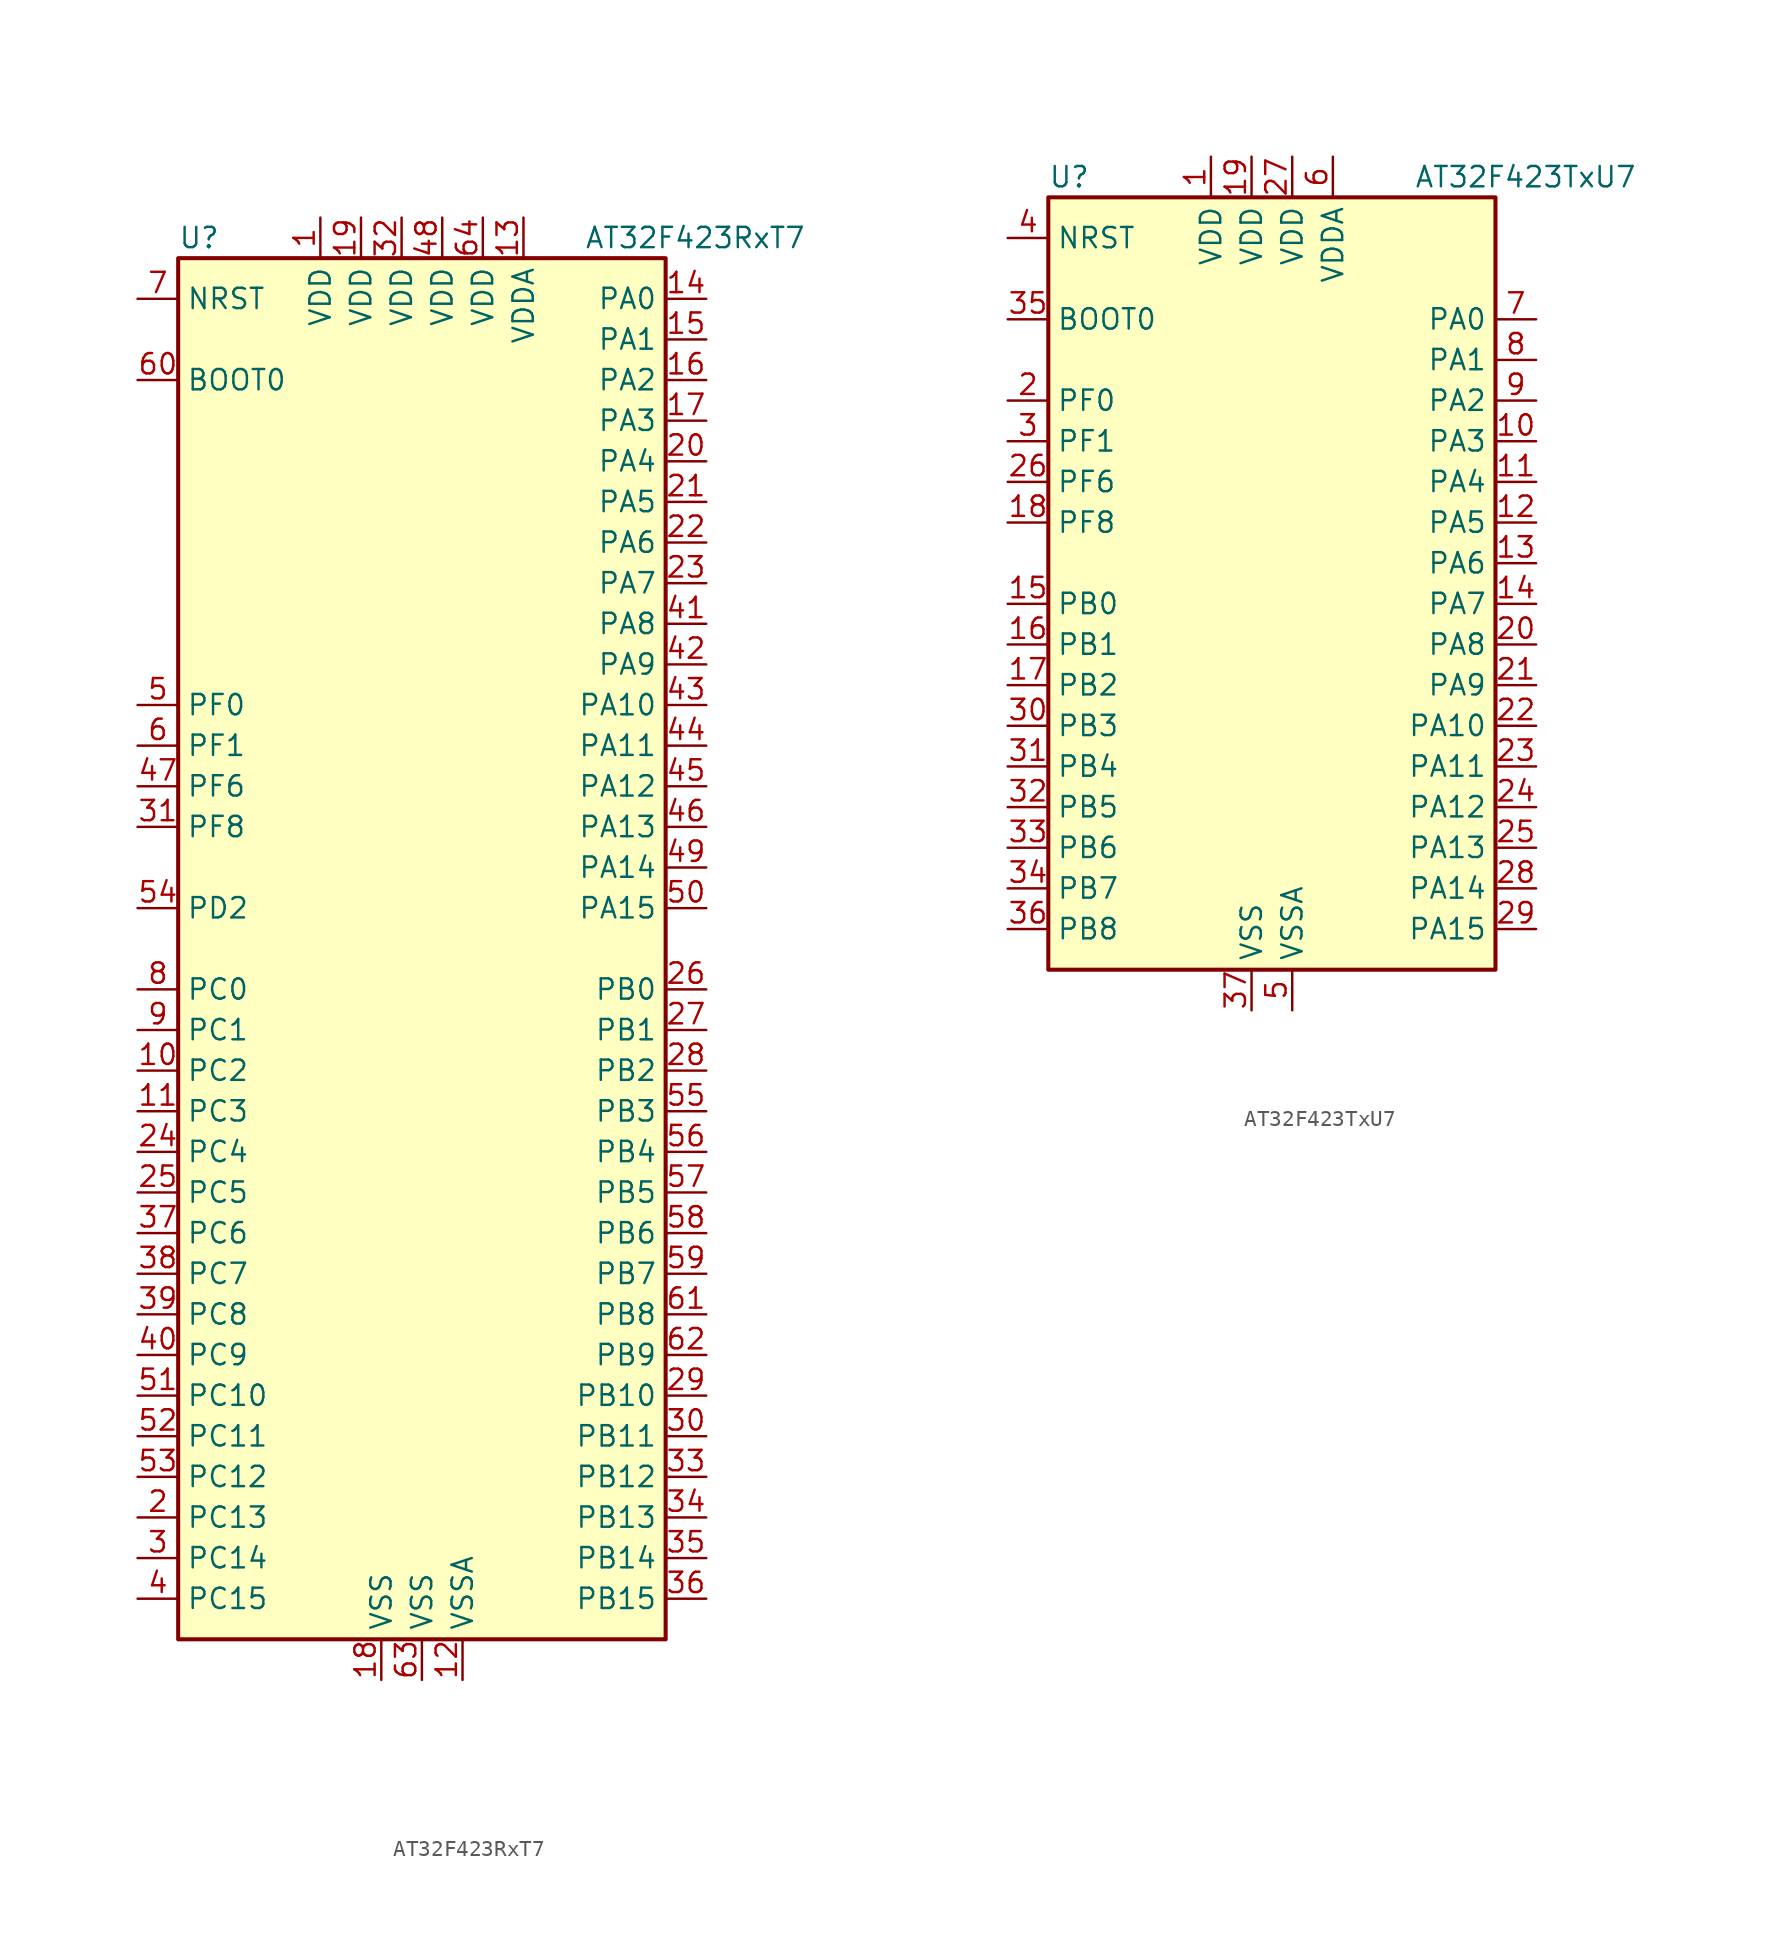
<source format=kicad_sym>
(kicad_symbol_lib
  (version 20220331)
  (generator kicad_symbol_editor)
  (symbol "AT32F423RxT7"
    (property "Reference" "U"
      (at -15.24 44.45 0)
      (effects (font (size 1.27 1.27)) (justify left)))
    (property "Value" "AT32F423RxT7"
      (at 10.16 44.45 0)
      (effects (font (size 1.27 1.27)) (justify left)))
    (symbol "AT32F423RxT7_0_1"
      (rectangle (start -15.24 -43.18) (end 15.24 43.18) (stroke (width 0.254) (type default)) (fill (type background))))
    (symbol "AT32F423RxT7_1_1"
      (pin power_in line (at -6.35 45.72 270) (length 2.54) (name "VDD" (effects (font (size 1.27 1.27)))) (number "1" (effects (font (size 1.27 1.27)))))
      (pin bidirectional line (at -17.78 -7.62 0) (length 2.54) (name "PC2" (effects (font (size 1.27 1.27)))) (number "10" (effects (font (size 1.27 1.27)))))
      (pin bidirectional line (at -17.78 -10.16 0) (length 2.54) (name "PC3" (effects (font (size 1.27 1.27)))) (number "11" (effects (font (size 1.27 1.27)))))
      (pin power_in line (at 2.54 -45.72 90) (length 2.54) (name "VSSA" (effects (font (size 1.27 1.27)))) (number "12" (effects (font (size 1.27 1.27)))))
      (pin power_in line (at 6.35 45.72 270) (length 2.54) (name "VDDA" (effects (font (size 1.27 1.27)))) (number "13" (effects (font (size 1.27 1.27)))))
      (pin bidirectional line (at 17.78 40.64 180) (length 2.54) (name "PA0" (effects (font (size 1.27 1.27)))) (number "14" (effects (font (size 1.27 1.27)))))
      (pin bidirectional line (at 17.78 38.1 180) (length 2.54) (name "PA1" (effects (font (size 1.27 1.27)))) (number "15" (effects (font (size 1.27 1.27)))))
      (pin bidirectional line (at 17.78 35.56 180) (length 2.54) (name "PA2" (effects (font (size 1.27 1.27)))) (number "16" (effects (font (size 1.27 1.27)))))
      (pin bidirectional line (at 17.78 33.02 180) (length 2.54) (name "PA3" (effects (font (size 1.27 1.27)))) (number "17" (effects (font (size 1.27 1.27)))))
      (pin power_in line (at -2.54 -45.72 90) (length 2.54) (name "VSS" (effects (font (size 1.27 1.27)))) (number "18" (effects (font (size 1.27 1.27)))))
      (pin power_in line (at -3.81 45.72 270) (length 2.54) (name "VDD" (effects (font (size 1.27 1.27)))) (number "19" (effects (font (size 1.27 1.27)))))
      (pin bidirectional line (at -17.78 -35.56 0) (length 2.54) (name "PC13" (effects (font (size 1.27 1.27)))) (number "2" (effects (font (size 1.27 1.27)))))
      (pin bidirectional line (at 17.78 30.48 180) (length 2.54) (name "PA4" (effects (font (size 1.27 1.27)))) (number "20" (effects (font (size 1.27 1.27)))))
      (pin bidirectional line (at 17.78 27.94 180) (length 2.54) (name "PA5" (effects (font (size 1.27 1.27)))) (number "21" (effects (font (size 1.27 1.27)))))
      (pin bidirectional line (at 17.78 25.4 180) (length 2.54) (name "PA6" (effects (font (size 1.27 1.27)))) (number "22" (effects (font (size 1.27 1.27)))))
      (pin bidirectional line (at 17.78 22.86 180) (length 2.54) (name "PA7" (effects (font (size 1.27 1.27)))) (number "23" (effects (font (size 1.27 1.27)))))
      (pin bidirectional line (at -17.78 -12.7 0) (length 2.54) (name "PC4" (effects (font (size 1.27 1.27)))) (number "24" (effects (font (size 1.27 1.27)))))
      (pin bidirectional line (at -17.78 -15.24 0) (length 2.54) (name "PC5" (effects (font (size 1.27 1.27)))) (number "25" (effects (font (size 1.27 1.27)))))
      (pin bidirectional line (at 17.78 -2.54 180) (length 2.54) (name "PB0" (effects (font (size 1.27 1.27)))) (number "26" (effects (font (size 1.27 1.27)))))
      (pin bidirectional line (at 17.78 -5.08 180) (length 2.54) (name "PB1" (effects (font (size 1.27 1.27)))) (number "27" (effects (font (size 1.27 1.27)))))
      (pin bidirectional line (at 17.78 -7.62 180) (length 2.54) (name "PB2" (effects (font (size 1.27 1.27)))) (number "28" (effects (font (size 1.27 1.27)))))
      (pin bidirectional line (at 17.78 -27.94 180) (length 2.54) (name "PB10" (effects (font (size 1.27 1.27)))) (number "29" (effects (font (size 1.27 1.27)))))
      (pin bidirectional line (at -17.78 -38.1 0) (length 2.54) (name "PC14" (effects (font (size 1.27 1.27)))) (number "3" (effects (font (size 1.27 1.27)))))
      (pin bidirectional line (at 17.78 -30.48 180) (length 2.54) (name "PB11" (effects (font (size 1.27 1.27)))) (number "30" (effects (font (size 1.27 1.27)))))
      (pin bidirectional line (at -17.78 7.62 0) (length 2.54) (name "PF8" (effects (font (size 1.27 1.27)))) (number "31" (effects (font (size 1.27 1.27)))))
      (pin power_in line (at -1.27 45.72 270) (length 2.54) (name "VDD" (effects (font (size 1.27 1.27)))) (number "32" (effects (font (size 1.27 1.27)))))
      (pin bidirectional line (at 17.78 -33.02 180) (length 2.54) (name "PB12" (effects (font (size 1.27 1.27)))) (number "33" (effects (font (size 1.27 1.27)))))
      (pin bidirectional line (at 17.78 -35.56 180) (length 2.54) (name "PB13" (effects (font (size 1.27 1.27)))) (number "34" (effects (font (size 1.27 1.27)))))
      (pin bidirectional line (at 17.78 -38.1 180) (length 2.54) (name "PB14" (effects (font (size 1.27 1.27)))) (number "35" (effects (font (size 1.27 1.27)))))
      (pin bidirectional line (at 17.78 -40.64 180) (length 2.54) (name "PB15" (effects (font (size 1.27 1.27)))) (number "36" (effects (font (size 1.27 1.27)))))
      (pin bidirectional line (at -17.78 -17.78 0) (length 2.54) (name "PC6" (effects (font (size 1.27 1.27)))) (number "37" (effects (font (size 1.27 1.27)))))
      (pin bidirectional line (at -17.78 -20.32 0) (length 2.54) (name "PC7" (effects (font (size 1.27 1.27)))) (number "38" (effects (font (size 1.27 1.27)))))
      (pin bidirectional line (at -17.78 -22.86 0) (length 2.54) (name "PC8" (effects (font (size 1.27 1.27)))) (number "39" (effects (font (size 1.27 1.27)))))
      (pin bidirectional line (at -17.78 -40.64 0) (length 2.54) (name "PC15" (effects (font (size 1.27 1.27)))) (number "4" (effects (font (size 1.27 1.27)))))
      (pin bidirectional line (at -17.78 -25.4 0) (length 2.54) (name "PC9" (effects (font (size 1.27 1.27)))) (number "40" (effects (font (size 1.27 1.27)))))
      (pin bidirectional line (at 17.78 20.32 180) (length 2.54) (name "PA8" (effects (font (size 1.27 1.27)))) (number "41" (effects (font (size 1.27 1.27)))))
      (pin bidirectional line (at 17.78 17.78 180) (length 2.54) (name "PA9" (effects (font (size 1.27 1.27)))) (number "42" (effects (font (size 1.27 1.27)))))
      (pin bidirectional line (at 17.78 15.24 180) (length 2.54) (name "PA10" (effects (font (size 1.27 1.27)))) (number "43" (effects (font (size 1.27 1.27)))))
      (pin bidirectional line (at 17.78 12.7 180) (length 2.54) (name "PA11" (effects (font (size 1.27 1.27)))) (number "44" (effects (font (size 1.27 1.27)))))
      (pin bidirectional line (at 17.78 10.16 180) (length 2.54) (name "PA12" (effects (font (size 1.27 1.27)))) (number "45" (effects (font (size 1.27 1.27)))))
      (pin bidirectional line (at 17.78 7.62 180) (length 2.54) (name "PA13" (effects (font (size 1.27 1.27)))) (number "46" (effects (font (size 1.27 1.27)))))
      (pin bidirectional line (at -17.78 10.16 0) (length 2.54) (name "PF6" (effects (font (size 1.27 1.27)))) (number "47" (effects (font (size 1.27 1.27)))))
      (pin power_in line (at 1.27 45.72 270) (length 2.54) (name "VDD" (effects (font (size 1.27 1.27)))) (number "48" (effects (font (size 1.27 1.27)))))
      (pin bidirectional line (at 17.78 5.08 180) (length 2.54) (name "PA14" (effects (font (size 1.27 1.27)))) (number "49" (effects (font (size 1.27 1.27)))))
      (pin input line (at -17.78 15.24 0) (length 2.54) (name "PF0" (effects (font (size 1.27 1.27)))) (number "5" (effects (font (size 1.27 1.27)))))
      (pin bidirectional line (at 17.78 2.54 180) (length 2.54) (name "PA15" (effects (font (size 1.27 1.27)))) (number "50" (effects (font (size 1.27 1.27)))))
      (pin bidirectional line (at -17.78 -27.94 0) (length 2.54) (name "PC10" (effects (font (size 1.27 1.27)))) (number "51" (effects (font (size 1.27 1.27)))))
      (pin bidirectional line (at -17.78 -30.48 0) (length 2.54) (name "PC11" (effects (font (size 1.27 1.27)))) (number "52" (effects (font (size 1.27 1.27)))))
      (pin bidirectional line (at -17.78 -33.02 0) (length 2.54) (name "PC12" (effects (font (size 1.27 1.27)))) (number "53" (effects (font (size 1.27 1.27)))))
      (pin bidirectional line (at -17.78 2.54 0) (length 2.54) (name "PD2" (effects (font (size 1.27 1.27)))) (number "54" (effects (font (size 1.27 1.27)))))
      (pin bidirectional line (at 17.78 -10.16 180) (length 2.54) (name "PB3" (effects (font (size 1.27 1.27)))) (number "55" (effects (font (size 1.27 1.27)))))
      (pin bidirectional line (at 17.78 -12.7 180) (length 2.54) (name "PB4" (effects (font (size 1.27 1.27)))) (number "56" (effects (font (size 1.27 1.27)))))
      (pin bidirectional line (at 17.78 -15.24 180) (length 2.54) (name "PB5" (effects (font (size 1.27 1.27)))) (number "57" (effects (font (size 1.27 1.27)))))
      (pin bidirectional line (at 17.78 -17.78 180) (length 2.54) (name "PB6" (effects (font (size 1.27 1.27)))) (number "58" (effects (font (size 1.27 1.27)))))
      (pin bidirectional line (at 17.78 -20.32 180) (length 2.54) (name "PB7" (effects (font (size 1.27 1.27)))) (number "59" (effects (font (size 1.27 1.27)))))
      (pin input line (at -17.78 12.7 0) (length 2.54) (name "PF1" (effects (font (size 1.27 1.27)))) (number "6" (effects (font (size 1.27 1.27)))))
      (pin input line (at -17.78 35.56 0) (length 2.54) (name "BOOT0" (effects (font (size 1.27 1.27)))) (number "60" (effects (font (size 1.27 1.27)))))
      (pin bidirectional line (at 17.78 -22.86 180) (length 2.54) (name "PB8" (effects (font (size 1.27 1.27)))) (number "61" (effects (font (size 1.27 1.27)))))
      (pin bidirectional line (at 17.78 -25.4 180) (length 2.54) (name "PB9" (effects (font (size 1.27 1.27)))) (number "62" (effects (font (size 1.27 1.27)))))
      (pin power_in line (at 0 -45.72 90) (length 2.54) (name "VSS" (effects (font (size 1.27 1.27)))) (number "63" (effects (font (size 1.27 1.27)))))
      (pin power_in line (at 3.81 45.72 270) (length 2.54) (name "VDD" (effects (font (size 1.27 1.27)))) (number "64" (effects (font (size 1.27 1.27)))))
      (pin input line (at -17.78 40.64 0) (length 2.54) (name "NRST" (effects (font (size 1.27 1.27)))) (number "7" (effects (font (size 1.27 1.27)))))
      (pin bidirectional line (at -17.78 -2.54 0) (length 2.54) (name "PC0" (effects (font (size 1.27 1.27)))) (number "8" (effects (font (size 1.27 1.27)))))
      (pin bidirectional line (at -17.78 -5.08 0) (length 2.54) (name "PC1" (effects (font (size 1.27 1.27)))) (number "9" (effects (font (size 1.27 1.27)))))))
  (symbol "AT32F423TxU7"
    (property "Reference" "U"
      (at -13.97 25.4 0)
      (effects (font (size 1.27 1.27)) (justify left)))
    (property "Value" "AT32F423TxU7"
      (at 8.89 25.4 0)
      (effects (font (size 1.27 1.27)) (justify left)))
    (symbol "AT32F423TxU7_0_1"
      (rectangle (start -13.97 24.13) (end 13.97 -24.13) (stroke (width 0.254) (type default)) (fill (type background))))
    (symbol "AT32F423TxU7_1_1"
      (pin power_in line (at -3.81 26.67 270) (length 2.54) (name "VDD" (effects (font (size 1.27 1.27)))) (number "1" (effects (font (size 1.27 1.27)))))
      (pin bidirectional line (at 16.51 8.89 180) (length 2.54) (name "PA3" (effects (font (size 1.27 1.27)))) (number "10" (effects (font (size 1.27 1.27)))))
      (pin bidirectional line (at 16.51 6.35 180) (length 2.54) (name "PA4" (effects (font (size 1.27 1.27)))) (number "11" (effects (font (size 1.27 1.27)))))
      (pin bidirectional line (at 16.51 3.81 180) (length 2.54) (name "PA5" (effects (font (size 1.27 1.27)))) (number "12" (effects (font (size 1.27 1.27)))))
      (pin bidirectional line (at 16.51 1.27 180) (length 2.54) (name "PA6" (effects (font (size 1.27 1.27)))) (number "13" (effects (font (size 1.27 1.27)))))
      (pin bidirectional line (at 16.51 -1.27 180) (length 2.54) (name "PA7" (effects (font (size 1.27 1.27)))) (number "14" (effects (font (size 1.27 1.27)))))
      (pin bidirectional line (at -16.51 -1.27 0) (length 2.54) (name "PB0" (effects (font (size 1.27 1.27)))) (number "15" (effects (font (size 1.27 1.27)))))
      (pin bidirectional line (at -16.51 -3.81 0) (length 2.54) (name "PB1" (effects (font (size 1.27 1.27)))) (number "16" (effects (font (size 1.27 1.27)))))
      (pin bidirectional line (at -16.51 -6.35 0) (length 2.54) (name "PB2" (effects (font (size 1.27 1.27)))) (number "17" (effects (font (size 1.27 1.27)))))
      (pin bidirectional line (at -16.51 3.81 0) (length 2.54) (name "PF8" (effects (font (size 1.27 1.27)))) (number "18" (effects (font (size 1.27 1.27)))))
      (pin power_in line (at -1.27 26.67 270) (length 2.54) (name "VDD" (effects (font (size 1.27 1.27)))) (number "19" (effects (font (size 1.27 1.27)))))
      (pin input line (at -16.51 11.43 0) (length 2.54) (name "PF0" (effects (font (size 1.27 1.27)))) (number "2" (effects (font (size 1.27 1.27)))))
      (pin bidirectional line (at 16.51 -3.81 180) (length 2.54) (name "PA8" (effects (font (size 1.27 1.27)))) (number "20" (effects (font (size 1.27 1.27)))))
      (pin bidirectional line (at 16.51 -6.35 180) (length 2.54) (name "PA9" (effects (font (size 1.27 1.27)))) (number "21" (effects (font (size 1.27 1.27)))))
      (pin bidirectional line (at 16.51 -8.89 180) (length 2.54) (name "PA10" (effects (font (size 1.27 1.27)))) (number "22" (effects (font (size 1.27 1.27)))))
      (pin bidirectional line (at 16.51 -11.43 180) (length 2.54) (name "PA11" (effects (font (size 1.27 1.27)))) (number "23" (effects (font (size 1.27 1.27)))))
      (pin bidirectional line (at 16.51 -13.97 180) (length 2.54) (name "PA12" (effects (font (size 1.27 1.27)))) (number "24" (effects (font (size 1.27 1.27)))))
      (pin bidirectional line (at 16.51 -16.51 180) (length 2.54) (name "PA13" (effects (font (size 1.27 1.27)))) (number "25" (effects (font (size 1.27 1.27)))))
      (pin bidirectional line (at -16.51 6.35 0) (length 2.54) (name "PF6" (effects (font (size 1.27 1.27)))) (number "26" (effects (font (size 1.27 1.27)))))
      (pin power_in line (at 1.27 26.67 270) (length 2.54) (name "VDD" (effects (font (size 1.27 1.27)))) (number "27" (effects (font (size 1.27 1.27)))))
      (pin bidirectional line (at 16.51 -19.05 180) (length 2.54) (name "PA14" (effects (font (size 1.27 1.27)))) (number "28" (effects (font (size 1.27 1.27)))))
      (pin bidirectional line (at 16.51 -21.59 180) (length 2.54) (name "PA15" (effects (font (size 1.27 1.27)))) (number "29" (effects (font (size 1.27 1.27)))))
      (pin input line (at -16.51 8.89 0) (length 2.54) (name "PF1" (effects (font (size 1.27 1.27)))) (number "3" (effects (font (size 1.27 1.27)))))
      (pin bidirectional line (at -16.51 -8.89 0) (length 2.54) (name "PB3" (effects (font (size 1.27 1.27)))) (number "30" (effects (font (size 1.27 1.27)))))
      (pin bidirectional line (at -16.51 -11.43 0) (length 2.54) (name "PB4" (effects (font (size 1.27 1.27)))) (number "31" (effects (font (size 1.27 1.27)))))
      (pin bidirectional line (at -16.51 -13.97 0) (length 2.54) (name "PB5" (effects (font (size 1.27 1.27)))) (number "32" (effects (font (size 1.27 1.27)))))
      (pin bidirectional line (at -16.51 -16.51 0) (length 2.54) (name "PB6" (effects (font (size 1.27 1.27)))) (number "33" (effects (font (size 1.27 1.27)))))
      (pin bidirectional line (at -16.51 -19.05 0) (length 2.54) (name "PB7" (effects (font (size 1.27 1.27)))) (number "34" (effects (font (size 1.27 1.27)))))
      (pin input line (at -16.51 16.51 0) (length 2.54) (name "BOOT0" (effects (font (size 1.27 1.27)))) (number "35" (effects (font (size 1.27 1.27)))))
      (pin power_in line (at -16.51 -21.59 0) (length 2.54) (name "PB8" (effects (font (size 1.27 1.27)))) (number "36" (effects (font (size 1.27 1.27)))))
      (pin power_in line (at -1.27 -26.67 90) (length 2.54) (name "VSS" (effects (font (size 1.27 1.27)))) (number "37" (effects (font (size 1.27 1.27)))))
      (pin input line (at -16.51 21.59 0) (length 2.54) (name "NRST" (effects (font (size 1.27 1.27)))) (number "4" (effects (font (size 1.27 1.27)))))
      (pin power_in line (at 1.27 -26.67 90) (length 2.54) (name "VSSA" (effects (font (size 1.27 1.27)))) (number "5" (effects (font (size 1.27 1.27)))))
      (pin power_in line (at 3.81 26.67 270) (length 2.54) (name "VDDA" (effects (font (size 1.27 1.27)))) (number "6" (effects (font (size 1.27 1.27)))))
      (pin bidirectional line (at 16.51 16.51 180) (length 2.54) (name "PA0" (effects (font (size 1.27 1.27)))) (number "7" (effects (font (size 1.27 1.27)))))
      (pin bidirectional line (at 16.51 13.97 180) (length 2.54) (name "PA1" (effects (font (size 1.27 1.27)))) (number "8" (effects (font (size 1.27 1.27)))))
      (pin bidirectional line (at 16.51 11.43 180) (length 2.54) (name "PA2" (effects (font (size 1.27 1.27)))) (number "9" (effects (font (size 1.27 1.27))))))))
</source>
